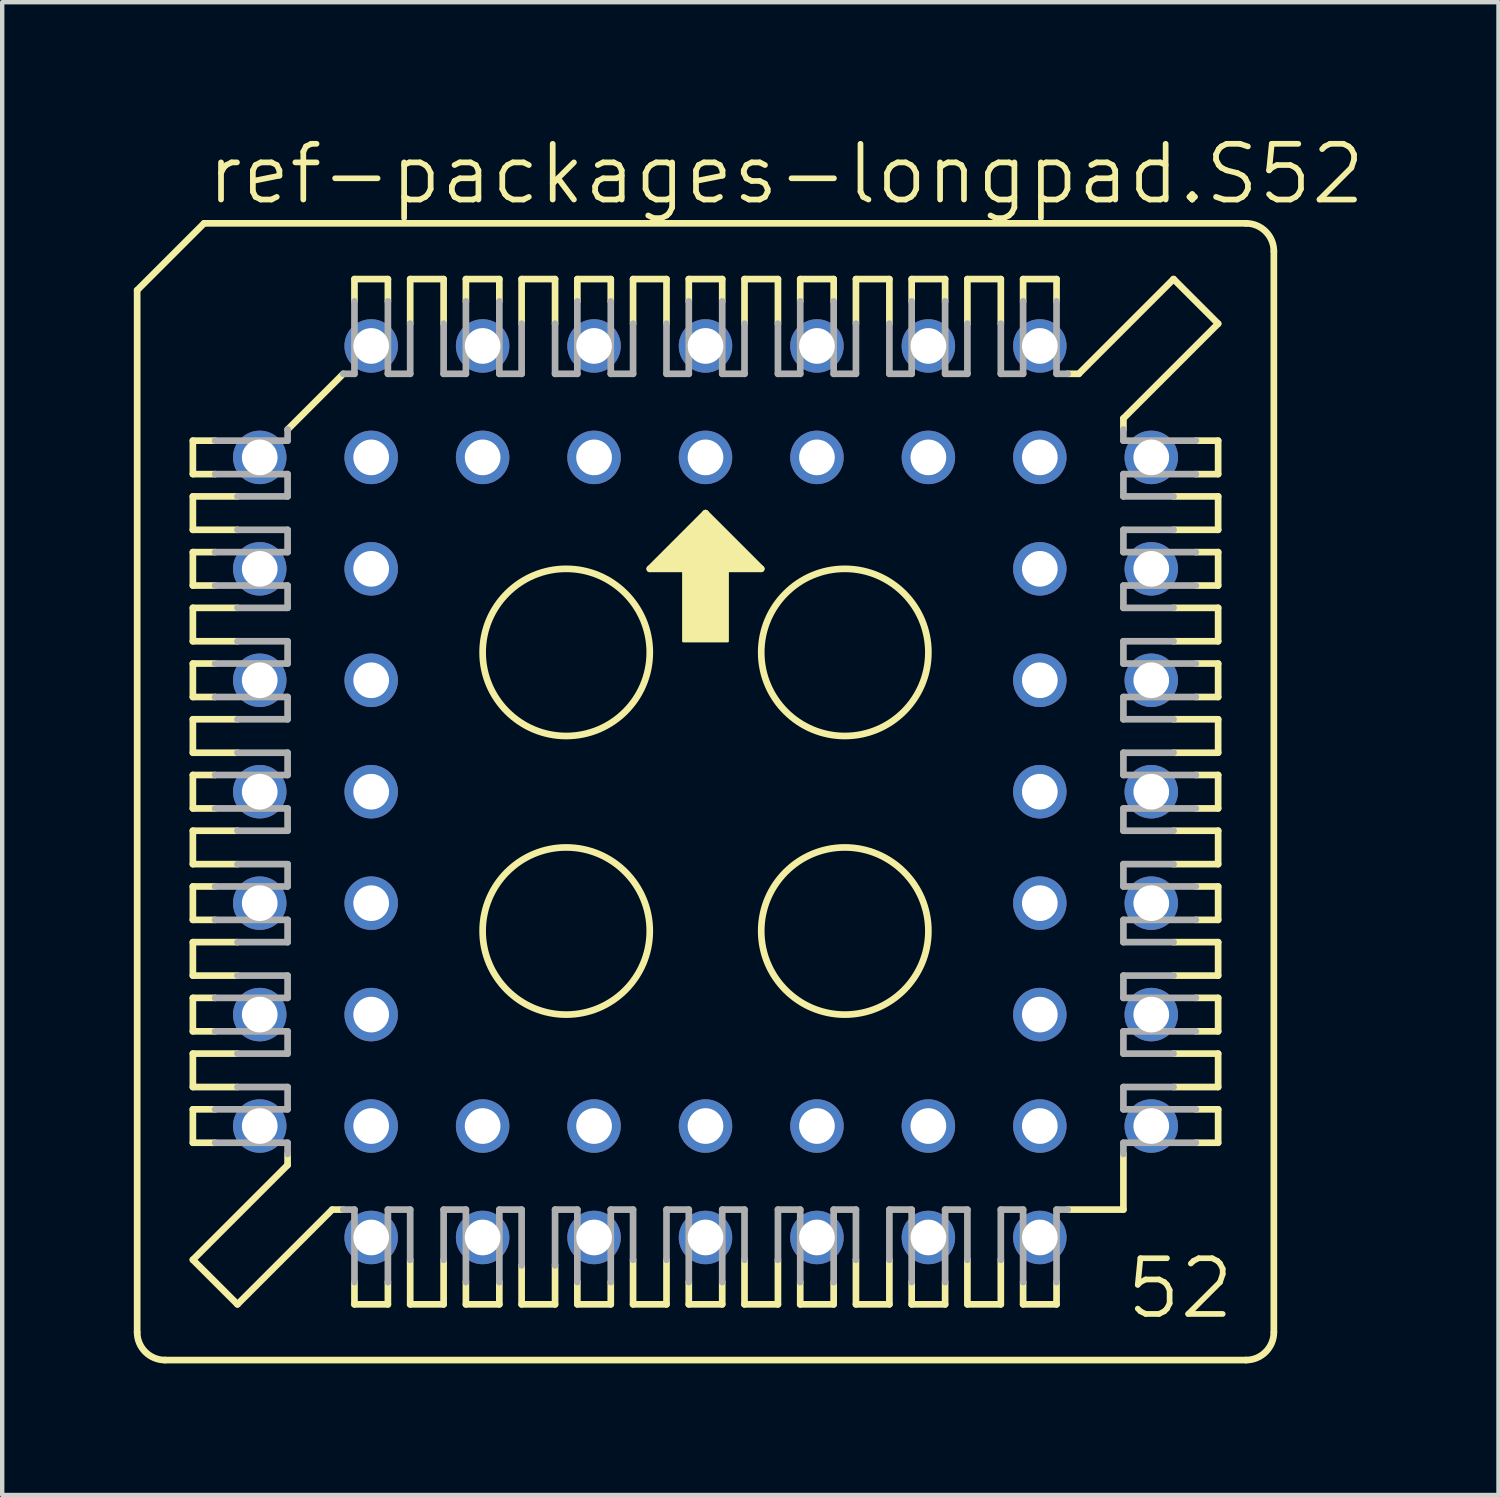
<source format=kicad_pcb>
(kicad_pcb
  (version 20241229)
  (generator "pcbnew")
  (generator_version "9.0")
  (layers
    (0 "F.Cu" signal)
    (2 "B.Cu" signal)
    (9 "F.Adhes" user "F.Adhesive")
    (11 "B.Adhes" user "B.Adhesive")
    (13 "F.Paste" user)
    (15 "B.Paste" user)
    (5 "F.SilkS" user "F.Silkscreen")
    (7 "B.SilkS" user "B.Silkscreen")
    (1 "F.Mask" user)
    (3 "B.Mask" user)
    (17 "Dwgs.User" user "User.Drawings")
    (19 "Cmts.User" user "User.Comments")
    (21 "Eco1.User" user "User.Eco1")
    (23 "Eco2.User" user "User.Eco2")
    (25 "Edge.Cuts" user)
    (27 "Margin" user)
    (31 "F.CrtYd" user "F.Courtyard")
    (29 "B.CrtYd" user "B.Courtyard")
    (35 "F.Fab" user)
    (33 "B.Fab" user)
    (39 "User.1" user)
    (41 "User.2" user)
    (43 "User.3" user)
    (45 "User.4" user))
  (footprint "ref-packages-longpad.S52"
    (layer "F.Cu")
    (at 13.03 14.995)
    (property "Reference" "ref-packages-longpad.S52" (at -11.43 -13.335 0) (layer "F.SilkS") (effects (font (size 1.27 1.27) (thickness 0.13)) (justify left bottom)))
    (attr through_hole)
    (fp_line (start -12.954 -11.43) (end -12.954 12.319) (stroke (width 0.152) (type default)) (layer "F.SilkS"))
    (fp_line (start -11.684 -8.001) (end -11.684 -7.239) (stroke (width 0.152) (type default)) (layer "F.SilkS"))
    (fp_line (start -11.684 -7.239) (end -11.176 -7.239) (stroke (width 0.152) (type default)) (layer "F.SilkS"))
    (fp_line (start -11.684 -6.731) (end -11.684 -5.969) (stroke (width 0.152) (type default)) (layer "F.SilkS"))
    (fp_line (start -11.684 -5.969) (end -10.668 -5.969) (stroke (width 0.152) (type default)) (layer "F.SilkS"))
    (fp_line (start -11.684 -5.461) (end -11.684 -4.699) (stroke (width 0.152) (type default)) (layer "F.SilkS"))
    (fp_line (start -11.684 -4.699) (end -11.176 -4.699) (stroke (width 0.152) (type default)) (layer "F.SilkS"))
    (fp_line (start -11.684 -4.191) (end -11.684 -3.429) (stroke (width 0.152) (type default)) (layer "F.SilkS"))
    (fp_line (start -11.684 -3.429) (end -10.668 -3.429) (stroke (width 0.152) (type default)) (layer "F.SilkS"))
    (fp_line (start -11.684 -2.921) (end -11.684 -2.159) (stroke (width 0.152) (type default)) (layer "F.SilkS"))
    (fp_line (start -11.684 -2.159) (end -11.176 -2.159) (stroke (width 0.152) (type default)) (layer "F.SilkS"))
    (fp_line (start -11.684 -1.651) (end -10.668 -1.651) (stroke (width 0.152) (type default)) (layer "F.SilkS"))
    (fp_line (start -11.684 -0.889) (end -11.684 -1.651) (stroke (width 0.152) (type default)) (layer "F.SilkS"))
    (fp_line (start -11.684 -0.381) (end -11.176 -0.381) (stroke (width 0.152) (type default)) (layer "F.SilkS"))
    (fp_line (start -11.684 0.381) (end -11.684 -0.381) (stroke (width 0.152) (type default)) (layer "F.SilkS"))
    (fp_line (start -11.684 0.889) (end -10.668 0.889) (stroke (width 0.152) (type default)) (layer "F.SilkS"))
    (fp_line (start -11.684 1.651) (end -11.684 0.889) (stroke (width 0.152) (type default)) (layer "F.SilkS"))
    (fp_line (start -11.684 2.159) (end -11.176 2.159) (stroke (width 0.152) (type default)) (layer "F.SilkS"))
    (fp_line (start -11.684 2.921) (end -11.684 2.159) (stroke (width 0.152) (type default)) (layer "F.SilkS"))
    (fp_line (start -11.684 3.429) (end -10.668 3.429) (stroke (width 0.152) (type default)) (layer "F.SilkS"))
    (fp_line (start -11.684 4.191) (end -11.684 3.429) (stroke (width 0.152) (type default)) (layer "F.SilkS"))
    (fp_line (start -11.684 4.699) (end -11.176 4.699) (stroke (width 0.152) (type default)) (layer "F.SilkS"))
    (fp_line (start -11.684 5.461) (end -11.684 4.699) (stroke (width 0.152) (type default)) (layer "F.SilkS"))
    (fp_line (start -11.684 5.969) (end -11.684 6.731) (stroke (width 0.152) (type default)) (layer "F.SilkS"))
    (fp_line (start -11.684 6.731) (end -10.668 6.731) (stroke (width 0.152) (type default)) (layer "F.SilkS"))
    (fp_line (start -11.684 7.239) (end -11.176 7.239) (stroke (width 0.152) (type default)) (layer "F.SilkS"))
    (fp_line (start -11.684 8.001) (end -11.684 7.239) (stroke (width 0.152) (type default)) (layer "F.SilkS"))
    (fp_line (start -11.684 10.668) (end -9.525 8.509) (stroke (width 0.152) (type default)) (layer "F.SilkS"))
    (fp_line (start -11.43 -12.954) (end -12.954 -11.43) (stroke (width 0.152) (type default)) (layer "F.SilkS"))
    (fp_line (start -11.176 -8.001) (end -11.684 -8.001) (stroke (width 0.152) (type default)) (layer "F.SilkS"))
    (fp_line (start -11.176 -5.461) (end -11.684 -5.461) (stroke (width 0.152) (type default)) (layer "F.SilkS"))
    (fp_line (start -11.176 -2.921) (end -11.684 -2.921) (stroke (width 0.152) (type default)) (layer "F.SilkS"))
    (fp_line (start -11.176 0.381) (end -11.684 0.381) (stroke (width 0.152) (type default)) (layer "F.SilkS"))
    (fp_line (start -11.176 2.921) (end -11.684 2.921) (stroke (width 0.152) (type default)) (layer "F.SilkS"))
    (fp_line (start -11.176 5.461) (end -11.684 5.461) (stroke (width 0.152) (type default)) (layer "F.SilkS"))
    (fp_line (start -11.176 8.001) (end -11.684 8.001) (stroke (width 0.152) (type default)) (layer "F.SilkS"))
    (fp_line (start -10.668 -6.731) (end -11.684 -6.731) (stroke (width 0.152) (type default)) (layer "F.SilkS"))
    (fp_line (start -10.668 -4.191) (end -11.684 -4.191) (stroke (width 0.152) (type default)) (layer "F.SilkS"))
    (fp_line (start -10.668 -0.889) (end -11.684 -0.889) (stroke (width 0.152) (type default)) (layer "F.SilkS"))
    (fp_line (start -10.668 1.651) (end -11.684 1.651) (stroke (width 0.152) (type default)) (layer "F.SilkS"))
    (fp_line (start -10.668 4.191) (end -11.684 4.191) (stroke (width 0.152) (type default)) (layer "F.SilkS"))
    (fp_line (start -10.668 5.969) (end -11.684 5.969) (stroke (width 0.152) (type default)) (layer "F.SilkS"))
    (fp_line (start -10.668 11.684) (end -11.684 10.668) (stroke (width 0.152) (type default)) (layer "F.SilkS"))
    (fp_line (start -10.668 11.684) (end -8.509 9.525) (stroke (width 0.152) (type default)) (layer "F.SilkS"))
    (fp_line (start -9.525 -8.255) (end -8.255 -9.525) (stroke (width 0.152) (type default)) (layer "F.SilkS"))
    (fp_line (start -9.525 8.509) (end -9.525 8.255) (stroke (width 0.152) (type default)) (layer "F.SilkS"))
    (fp_line (start -8.509 9.525) (end -8.255 9.525) (stroke (width 0.152) (type default)) (layer "F.SilkS"))
    (fp_line (start -8.001 -11.684) (end -8.001 -11.176) (stroke (width 0.152) (type default)) (layer "F.SilkS"))
    (fp_line (start -8.001 11.176) (end -8.001 11.684) (stroke (width 0.152) (type default)) (layer "F.SilkS"))
    (fp_line (start -8.001 11.684) (end -7.239 11.684) (stroke (width 0.152) (type default)) (layer "F.SilkS"))
    (fp_line (start -7.239 -11.684) (end -8.001 -11.684) (stroke (width 0.152) (type default)) (layer "F.SilkS"))
    (fp_line (start -7.239 -11.176) (end -7.239 -11.684) (stroke (width 0.152) (type default)) (layer "F.SilkS"))
    (fp_line (start -7.239 11.684) (end -7.239 11.176) (stroke (width 0.152) (type default)) (layer "F.SilkS"))
    (fp_line (start -6.731 -11.684) (end -6.731 -10.668) (stroke (width 0.152) (type default)) (layer "F.SilkS"))
    (fp_line (start -6.731 10.668) (end -6.731 11.684) (stroke (width 0.152) (type default)) (layer "F.SilkS"))
    (fp_line (start -6.731 11.684) (end -5.969 11.684) (stroke (width 0.152) (type default)) (layer "F.SilkS"))
    (fp_line (start -5.969 -11.684) (end -6.731 -11.684) (stroke (width 0.152) (type default)) (layer "F.SilkS"))
    (fp_line (start -5.969 -10.668) (end -5.969 -11.684) (stroke (width 0.152) (type default)) (layer "F.SilkS"))
    (fp_line (start -5.969 11.684) (end -5.969 10.668) (stroke (width 0.152) (type default)) (layer "F.SilkS"))
    (fp_line (start -5.461 -11.684) (end -5.461 -11.176) (stroke (width 0.152) (type default)) (layer "F.SilkS"))
    (fp_line (start -5.461 11.176) (end -5.461 11.684) (stroke (width 0.152) (type default)) (layer "F.SilkS"))
    (fp_line (start -5.461 11.684) (end -4.699 11.684) (stroke (width 0.152) (type default)) (layer "F.SilkS"))
    (fp_line (start -4.699 -11.684) (end -5.461 -11.684) (stroke (width 0.152) (type default)) (layer "F.SilkS"))
    (fp_line (start -4.699 -11.176) (end -4.699 -11.684) (stroke (width 0.152) (type default)) (layer "F.SilkS"))
    (fp_line (start -4.699 11.684) (end -4.699 11.176) (stroke (width 0.152) (type default)) (layer "F.SilkS"))
    (fp_line (start -4.191 -11.684) (end -4.191 -10.668) (stroke (width 0.152) (type default)) (layer "F.SilkS"))
    (fp_line (start -4.191 10.795) (end -4.191 11.684) (stroke (width 0.152) (type default)) (layer "F.SilkS"))
    (fp_line (start -4.191 11.684) (end -3.429 11.684) (stroke (width 0.152) (type default)) (layer "F.SilkS"))
    (fp_line (start -3.429 -11.684) (end -4.191 -11.684) (stroke (width 0.152) (type default)) (layer "F.SilkS"))
    (fp_line (start -3.429 -10.668) (end -3.429 -11.684) (stroke (width 0.152) (type default)) (layer "F.SilkS"))
    (fp_line (start -3.429 11.684) (end -3.429 10.795) (stroke (width 0.152) (type default)) (layer "F.SilkS"))
    (fp_line (start -2.921 -11.684) (end -2.921 -11.176) (stroke (width 0.152) (type default)) (layer "F.SilkS"))
    (fp_line (start -2.921 11.176) (end -2.921 11.684) (stroke (width 0.152) (type default)) (layer "F.SilkS"))
    (fp_line (start -2.921 11.684) (end -2.159 11.684) (stroke (width 0.152) (type default)) (layer "F.SilkS"))
    (fp_line (start -2.159 -11.684) (end -2.921 -11.684) (stroke (width 0.152) (type default)) (layer "F.SilkS"))
    (fp_line (start -2.159 -11.176) (end -2.159 -11.684) (stroke (width 0.152) (type default)) (layer "F.SilkS"))
    (fp_line (start -2.159 11.684) (end -2.159 11.176) (stroke (width 0.152) (type default)) (layer "F.SilkS"))
    (fp_line (start -1.651 -11.684) (end -1.651 -10.668) (stroke (width 0.152) (type default)) (layer "F.SilkS"))
    (fp_line (start -1.651 10.668) (end -1.651 11.684) (stroke (width 0.152) (type default)) (layer "F.SilkS"))
    (fp_line (start -1.651 11.684) (end -0.889 11.684) (stroke (width 0.152) (type default)) (layer "F.SilkS"))
    (fp_line (start -1.27 -5.08) (end 1.27 -5.08) (stroke (width 0.152) (type default)) (layer "F.SilkS"))
    (fp_line (start -0.889 -11.684) (end -1.651 -11.684) (stroke (width 0.152) (type default)) (layer "F.SilkS"))
    (fp_line (start -0.889 -10.668) (end -0.889 -11.684) (stroke (width 0.152) (type default)) (layer "F.SilkS"))
    (fp_line (start -0.889 11.684) (end -0.889 10.668) (stroke (width 0.152) (type default)) (layer "F.SilkS"))
    (fp_line (start -0.381 -11.684) (end -0.381 -11.176) (stroke (width 0.152) (type default)) (layer "F.SilkS"))
    (fp_line (start -0.381 11.176) (end -0.381 11.684) (stroke (width 0.152) (type default)) (layer "F.SilkS"))
    (fp_line (start -0.381 11.684) (end 0.381 11.684) (stroke (width 0.152) (type default)) (layer "F.SilkS"))
    (fp_line (start 0 -6.35) (end -1.27 -5.08) (stroke (width 0.152) (type default)) (layer "F.SilkS"))
    (fp_line (start 0.381 -11.684) (end -0.381 -11.684) (stroke (width 0.152) (type default)) (layer "F.SilkS"))
    (fp_line (start 0.381 -11.176) (end 0.381 -11.684) (stroke (width 0.152) (type default)) (layer "F.SilkS"))
    (fp_line (start 0.381 11.684) (end 0.381 11.176) (stroke (width 0.152) (type default)) (layer "F.SilkS"))
    (fp_line (start 0.889 -11.684) (end 0.889 -10.668) (stroke (width 0.152) (type default)) (layer "F.SilkS"))
    (fp_line (start 0.889 10.668) (end 0.889 11.684) (stroke (width 0.152) (type default)) (layer "F.SilkS"))
    (fp_line (start 0.889 11.684) (end 1.651 11.684) (stroke (width 0.152) (type default)) (layer "F.SilkS"))
    (fp_line (start 1.27 -5.08) (end 0 -6.35) (stroke (width 0.152) (type default)) (layer "F.SilkS"))
    (fp_line (start 1.651 -11.684) (end 0.889 -11.684) (stroke (width 0.152) (type default)) (layer "F.SilkS"))
    (fp_line (start 1.651 -10.668) (end 1.651 -11.684) (stroke (width 0.152) (type default)) (layer "F.SilkS"))
    (fp_line (start 1.651 11.684) (end 1.651 10.668) (stroke (width 0.152) (type default)) (layer "F.SilkS"))
    (fp_line (start 2.159 -11.684) (end 2.159 -11.176) (stroke (width 0.152) (type default)) (layer "F.SilkS"))
    (fp_line (start 2.159 11.176) (end 2.159 11.684) (stroke (width 0.152) (type default)) (layer "F.SilkS"))
    (fp_line (start 2.159 11.684) (end 2.921 11.684) (stroke (width 0.152) (type default)) (layer "F.SilkS"))
    (fp_line (start 2.921 -11.684) (end 2.159 -11.684) (stroke (width 0.152) (type default)) (layer "F.SilkS"))
    (fp_line (start 2.921 -11.176) (end 2.921 -11.684) (stroke (width 0.152) (type default)) (layer "F.SilkS"))
    (fp_line (start 2.921 11.684) (end 2.921 11.176) (stroke (width 0.152) (type default)) (layer "F.SilkS"))
    (fp_line (start 3.429 -11.684) (end 3.429 -10.668) (stroke (width 0.152) (type default)) (layer "F.SilkS"))
    (fp_line (start 3.429 10.668) (end 3.429 11.684) (stroke (width 0.152) (type default)) (layer "F.SilkS"))
    (fp_line (start 3.429 11.684) (end 4.191 11.684) (stroke (width 0.152) (type default)) (layer "F.SilkS"))
    (fp_line (start 4.191 -11.684) (end 3.429 -11.684) (stroke (width 0.152) (type default)) (layer "F.SilkS"))
    (fp_line (start 4.191 -10.668) (end 4.191 -11.684) (stroke (width 0.152) (type default)) (layer "F.SilkS"))
    (fp_line (start 4.191 11.684) (end 4.191 10.668) (stroke (width 0.152) (type default)) (layer "F.SilkS"))
    (fp_line (start 4.699 -11.684) (end 4.699 -11.176) (stroke (width 0.152) (type default)) (layer "F.SilkS"))
    (fp_line (start 4.699 11.176) (end 4.699 11.684) (stroke (width 0.152) (type default)) (layer "F.SilkS"))
    (fp_line (start 4.699 11.684) (end 5.461 11.684) (stroke (width 0.152) (type default)) (layer "F.SilkS"))
    (fp_line (start 5.461 -11.684) (end 4.699 -11.684) (stroke (width 0.152) (type default)) (layer "F.SilkS"))
    (fp_line (start 5.461 -11.176) (end 5.461 -11.684) (stroke (width 0.152) (type default)) (layer "F.SilkS"))
    (fp_line (start 5.461 11.684) (end 5.461 11.176) (stroke (width 0.152) (type default)) (layer "F.SilkS"))
    (fp_line (start 5.969 -11.684) (end 5.969 -10.668) (stroke (width 0.152) (type default)) (layer "F.SilkS"))
    (fp_line (start 5.969 10.668) (end 5.969 11.684) (stroke (width 0.152) (type default)) (layer "F.SilkS"))
    (fp_line (start 5.969 11.684) (end 6.731 11.684) (stroke (width 0.152) (type default)) (layer "F.SilkS"))
    (fp_line (start 6.731 -11.684) (end 5.969 -11.684) (stroke (width 0.152) (type default)) (layer "F.SilkS"))
    (fp_line (start 6.731 -10.668) (end 6.731 -11.684) (stroke (width 0.152) (type default)) (layer "F.SilkS"))
    (fp_line (start 6.731 11.684) (end 6.731 10.668) (stroke (width 0.152) (type default)) (layer "F.SilkS"))
    (fp_line (start 7.239 -11.684) (end 7.239 -11.176) (stroke (width 0.152) (type default)) (layer "F.SilkS"))
    (fp_line (start 7.239 11.176) (end 7.239 11.684) (stroke (width 0.152) (type default)) (layer "F.SilkS"))
    (fp_line (start 7.239 11.684) (end 8.001 11.684) (stroke (width 0.152) (type default)) (layer "F.SilkS"))
    (fp_line (start 8.001 -11.684) (end 7.239 -11.684) (stroke (width 0.152) (type default)) (layer "F.SilkS"))
    (fp_line (start 8.001 -11.176) (end 8.001 -11.684) (stroke (width 0.152) (type default)) (layer "F.SilkS"))
    (fp_line (start 8.001 11.684) (end 8.001 11.176) (stroke (width 0.152) (type default)) (layer "F.SilkS"))
    (fp_line (start 8.255 9.525) (end 9.525 9.525) (stroke (width 0.152) (type default)) (layer "F.SilkS"))
    (fp_line (start 8.509 -9.525) (end 8.255 -9.525) (stroke (width 0.152) (type default)) (layer "F.SilkS"))
    (fp_line (start 9.525 -8.509) (end 9.525 -8.255) (stroke (width 0.152) (type default)) (layer "F.SilkS"))
    (fp_line (start 9.525 9.525) (end 9.525 8.255) (stroke (width 0.152) (type default)) (layer "F.SilkS"))
    (fp_line (start 10.668 -11.684) (end 8.509 -9.525) (stroke (width 0.152) (type default)) (layer "F.SilkS"))
    (fp_line (start 10.668 -5.969) (end 11.684 -5.969) (stroke (width 0.152) (type default)) (layer "F.SilkS"))
    (fp_line (start 10.668 -4.191) (end 11.684 -4.191) (stroke (width 0.152) (type default)) (layer "F.SilkS"))
    (fp_line (start 10.668 -1.651) (end 11.684 -1.651) (stroke (width 0.152) (type default)) (layer "F.SilkS"))
    (fp_line (start 10.668 0.889) (end 11.684 0.889) (stroke (width 0.152) (type default)) (layer "F.SilkS"))
    (fp_line (start 10.668 4.191) (end 11.684 4.191) (stroke (width 0.152) (type default)) (layer "F.SilkS"))
    (fp_line (start 10.668 6.731) (end 11.684 6.731) (stroke (width 0.152) (type default)) (layer "F.SilkS"))
    (fp_line (start 11.176 -8.001) (end 11.684 -8.001) (stroke (width 0.152) (type default)) (layer "F.SilkS"))
    (fp_line (start 11.176 -5.461) (end 11.684 -5.461) (stroke (width 0.152) (type default)) (layer "F.SilkS"))
    (fp_line (start 11.176 -2.921) (end 11.684 -2.921) (stroke (width 0.152) (type default)) (layer "F.SilkS"))
    (fp_line (start 11.176 -0.381) (end 11.684 -0.381) (stroke (width 0.152) (type default)) (layer "F.SilkS"))
    (fp_line (start 11.176 2.921) (end 11.684 2.921) (stroke (width 0.152) (type default)) (layer "F.SilkS"))
    (fp_line (start 11.176 5.461) (end 11.684 5.461) (stroke (width 0.152) (type default)) (layer "F.SilkS"))
    (fp_line (start 11.176 8.001) (end 11.684 8.001) (stroke (width 0.152) (type default)) (layer "F.SilkS"))
    (fp_line (start 11.684 -10.668) (end 9.525 -8.509) (stroke (width 0.152) (type default)) (layer "F.SilkS"))
    (fp_line (start 11.684 -10.668) (end 10.668 -11.684) (stroke (width 0.152) (type default)) (layer "F.SilkS"))
    (fp_line (start 11.684 -8.001) (end 11.684 -7.239) (stroke (width 0.152) (type default)) (layer "F.SilkS"))
    (fp_line (start 11.684 -7.239) (end 11.176 -7.239) (stroke (width 0.152) (type default)) (layer "F.SilkS"))
    (fp_line (start 11.684 -6.731) (end 10.668 -6.731) (stroke (width 0.152) (type default)) (layer "F.SilkS"))
    (fp_line (start 11.684 -5.969) (end 11.684 -6.731) (stroke (width 0.152) (type default)) (layer "F.SilkS"))
    (fp_line (start 11.684 -5.461) (end 11.684 -4.699) (stroke (width 0.152) (type default)) (layer "F.SilkS"))
    (fp_line (start 11.684 -4.699) (end 11.176 -4.699) (stroke (width 0.152) (type default)) (layer "F.SilkS"))
    (fp_line (start 11.684 -4.191) (end 11.684 -3.429) (stroke (width 0.152) (type default)) (layer "F.SilkS"))
    (fp_line (start 11.684 -3.429) (end 10.668 -3.429) (stroke (width 0.152) (type default)) (layer "F.SilkS"))
    (fp_line (start 11.684 -2.921) (end 11.684 -2.159) (stroke (width 0.152) (type default)) (layer "F.SilkS"))
    (fp_line (start 11.684 -2.159) (end 11.176 -2.159) (stroke (width 0.152) (type default)) (layer "F.SilkS"))
    (fp_line (start 11.684 -1.651) (end 11.684 -0.889) (stroke (width 0.152) (type default)) (layer "F.SilkS"))
    (fp_line (start 11.684 -0.889) (end 10.668 -0.889) (stroke (width 0.152) (type default)) (layer "F.SilkS"))
    (fp_line (start 11.684 -0.381) (end 11.684 0.381) (stroke (width 0.152) (type default)) (layer "F.SilkS"))
    (fp_line (start 11.684 0.381) (end 11.176 0.381) (stroke (width 0.152) (type default)) (layer "F.SilkS"))
    (fp_line (start 11.684 0.889) (end 11.684 1.651) (stroke (width 0.152) (type default)) (layer "F.SilkS"))
    (fp_line (start 11.684 1.651) (end 10.668 1.651) (stroke (width 0.152) (type default)) (layer "F.SilkS"))
    (fp_line (start 11.684 2.159) (end 11.176 2.159) (stroke (width 0.152) (type default)) (layer "F.SilkS"))
    (fp_line (start 11.684 2.921) (end 11.684 2.159) (stroke (width 0.152) (type default)) (layer "F.SilkS"))
    (fp_line (start 11.684 3.429) (end 10.668 3.429) (stroke (width 0.152) (type default)) (layer "F.SilkS"))
    (fp_line (start 11.684 4.191) (end 11.684 3.429) (stroke (width 0.152) (type default)) (layer "F.SilkS"))
    (fp_line (start 11.684 4.699) (end 11.176 4.699) (stroke (width 0.152) (type default)) (layer "F.SilkS"))
    (fp_line (start 11.684 5.461) (end 11.684 4.699) (stroke (width 0.152) (type default)) (layer "F.SilkS"))
    (fp_line (start 11.684 5.969) (end 10.668 5.969) (stroke (width 0.152) (type default)) (layer "F.SilkS"))
    (fp_line (start 11.684 6.731) (end 11.684 5.969) (stroke (width 0.152) (type default)) (layer "F.SilkS"))
    (fp_line (start 11.684 7.239) (end 11.176 7.239) (stroke (width 0.152) (type default)) (layer "F.SilkS"))
    (fp_line (start 11.684 8.001) (end 11.684 7.239) (stroke (width 0.152) (type default)) (layer "F.SilkS"))
    (fp_line (start 12.319 -12.954) (end -11.43 -12.954) (stroke (width 0.152) (type default)) (layer "F.SilkS"))
    (fp_line (start 12.319 12.954) (end -12.319 12.954) (stroke (width 0.152) (type default)) (layer "F.SilkS"))
    (fp_line (start 12.954 -12.319) (end 12.954 12.319) (stroke (width 0.152) (type default)) (layer "F.SilkS"))
    (fp_rect (start -1.143 -5.08) (end -0.889 -5.207) (stroke (width 0.05) (type default)) (fill yes) (layer "F.SilkS"))
    (fp_rect (start -1.016 -5.207) (end -0.889 -5.334) (stroke (width 0.05) (type default)) (fill yes) (layer "F.SilkS"))
    (fp_rect (start -0.889 -5.08) (end 0.889 -5.461) (stroke (width 0.05) (type default)) (fill yes) (layer "F.SilkS"))
    (fp_rect (start -0.762 -5.461) (end -0.635 -5.588) (stroke (width 0.05) (type default)) (fill yes) (layer "F.SilkS"))
    (fp_rect (start -0.635 -5.461) (end 0.635 -5.715) (stroke (width 0.05) (type default)) (fill yes) (layer "F.SilkS"))
    (fp_rect (start -0.508 -5.715) (end -0.381 -5.842) (stroke (width 0.05) (type default)) (fill yes) (layer "F.SilkS"))
    (fp_rect (start -0.508 -3.429) (end 0.508 -5.334) (stroke (width 0.05) (type default)) (fill yes) (layer "F.SilkS"))
    (fp_rect (start -0.381 -5.715) (end 0.381 -5.969) (stroke (width 0.05) (type default)) (fill yes) (layer "F.SilkS"))
    (fp_rect (start -0.254 -5.969) (end -0.127 -6.096) (stroke (width 0.05) (type default)) (fill yes) (layer "F.SilkS"))
    (fp_rect (start -0.127 -5.969) (end 0.127 -6.223) (stroke (width 0.05) (type default)) (fill yes) (layer "F.SilkS"))
    (fp_rect (start 0.127 -5.969) (end 0.254 -6.096) (stroke (width 0.05) (type default)) (fill yes) (layer "F.SilkS"))
    (fp_rect (start 0.381 -5.715) (end 0.508 -5.842) (stroke (width 0.05) (type default)) (fill yes) (layer "F.SilkS"))
    (fp_rect (start 0.635 -5.461) (end 0.762 -5.588) (stroke (width 0.05) (type default)) (fill yes) (layer "F.SilkS"))
    (fp_rect (start 0.889 -5.207) (end 1.016 -5.334) (stroke (width 0.05) (type default)) (fill yes) (layer "F.SilkS"))
    (fp_rect (start 0.889 -5.08) (end 1.143 -5.207) (stroke (width 0.05) (type default)) (fill yes) (layer "F.SilkS"))
    (fp_arc (start -12.319 12.954) (mid -12.768013 12.768013) (end -12.954 12.319) (stroke (width 0.1524) (type default)) (layer "F.SilkS"))
    (fp_arc (start 12.319 -12.954) (mid 12.768013 -12.768013) (end 12.954 -12.319) (stroke (width 0.1524) (type default)) (layer "F.SilkS"))
    (fp_arc (start 12.954 12.319) (mid 12.768013 12.768013) (end 12.319 12.954) (stroke (width 0.1524) (type default)) (layer "F.SilkS"))
    (fp_circle (center -3.175 -3.175) (end -1.27 -3.175) (stroke (width 0.152) (type default)) (fill no) (layer "F.SilkS"))
    (fp_circle (center -3.175 3.175) (end -1.27 3.175) (stroke (width 0.152) (type default)) (fill no) (layer "F.SilkS"))
    (fp_circle (center 3.175 -3.175) (end 5.08 -3.175) (stroke (width 0.152) (type default)) (fill no) (layer "F.SilkS"))
    (fp_circle (center 3.175 3.175) (end 5.08 3.175) (stroke (width 0.152) (type default)) (fill no) (layer "F.SilkS"))
    (fp_line (start -11.176 -8.001) (end -9.525 -8.001) (stroke (width 0.152) (type default)) (layer "F.Fab"))
    (fp_line (start -11.176 -5.461) (end -9.525 -5.461) (stroke (width 0.152) (type default)) (layer "F.Fab"))
    (fp_line (start -11.176 -2.921) (end -9.525 -2.921) (stroke (width 0.152) (type default)) (layer "F.Fab"))
    (fp_line (start -11.176 0.381) (end -9.525 0.381) (stroke (width 0.152) (type default)) (layer "F.Fab"))
    (fp_line (start -11.176 2.921) (end -9.525 2.921) (stroke (width 0.152) (type default)) (layer "F.Fab"))
    (fp_line (start -11.176 5.461) (end -9.525 5.461) (stroke (width 0.152) (type default)) (layer "F.Fab"))
    (fp_line (start -11.176 8.001) (end -9.525 8.001) (stroke (width 0.152) (type default)) (layer "F.Fab"))
    (fp_line (start -10.668 -6.731) (end -9.525 -6.731) (stroke (width 0.152) (type default)) (layer "F.Fab"))
    (fp_line (start -10.668 -4.191) (end -9.525 -4.191) (stroke (width 0.152) (type default)) (layer "F.Fab"))
    (fp_line (start -10.668 -0.889) (end -9.525 -0.889) (stroke (width 0.152) (type default)) (layer "F.Fab"))
    (fp_line (start -10.668 1.651) (end -9.525 1.651) (stroke (width 0.152) (type default)) (layer "F.Fab"))
    (fp_line (start -10.668 4.191) (end -9.525 4.191) (stroke (width 0.152) (type default)) (layer "F.Fab"))
    (fp_line (start -10.668 5.969) (end -9.525 5.969) (stroke (width 0.152) (type default)) (layer "F.Fab"))
    (fp_line (start -9.525 -8.001) (end -9.525 -8.255) (stroke (width 0.152) (type default)) (layer "F.Fab"))
    (fp_line (start -9.525 -7.239) (end -11.176 -7.239) (stroke (width 0.152) (type default)) (layer "F.Fab"))
    (fp_line (start -9.525 -7.239) (end -9.525 -6.731) (stroke (width 0.152) (type default)) (layer "F.Fab"))
    (fp_line (start -9.525 -5.969) (end -10.668 -5.969) (stroke (width 0.152) (type default)) (layer "F.Fab"))
    (fp_line (start -9.525 -5.969) (end -9.525 -5.461) (stroke (width 0.152) (type default)) (layer "F.Fab"))
    (fp_line (start -9.525 -4.699) (end -11.176 -4.699) (stroke (width 0.152) (type default)) (layer "F.Fab"))
    (fp_line (start -9.525 -4.699) (end -9.525 -4.191) (stroke (width 0.152) (type default)) (layer "F.Fab"))
    (fp_line (start -9.525 -3.429) (end -10.668 -3.429) (stroke (width 0.152) (type default)) (layer "F.Fab"))
    (fp_line (start -9.525 -3.429) (end -9.525 -2.921) (stroke (width 0.152) (type default)) (layer "F.Fab"))
    (fp_line (start -9.525 -2.159) (end -11.176 -2.159) (stroke (width 0.152) (type default)) (layer "F.Fab"))
    (fp_line (start -9.525 -2.159) (end -9.525 -1.651) (stroke (width 0.152) (type default)) (layer "F.Fab"))
    (fp_line (start -9.525 -1.651) (end -10.668 -1.651) (stroke (width 0.152) (type default)) (layer "F.Fab"))
    (fp_line (start -9.525 -0.381) (end -11.176 -0.381) (stroke (width 0.152) (type default)) (layer "F.Fab"))
    (fp_line (start -9.525 -0.381) (end -9.525 -0.889) (stroke (width 0.152) (type default)) (layer "F.Fab"))
    (fp_line (start -9.525 0.889) (end -10.668 0.889) (stroke (width 0.152) (type default)) (layer "F.Fab"))
    (fp_line (start -9.525 0.889) (end -9.525 0.381) (stroke (width 0.152) (type default)) (layer "F.Fab"))
    (fp_line (start -9.525 2.159) (end -11.176 2.159) (stroke (width 0.152) (type default)) (layer "F.Fab"))
    (fp_line (start -9.525 2.159) (end -9.525 1.651) (stroke (width 0.152) (type default)) (layer "F.Fab"))
    (fp_line (start -9.525 3.429) (end -10.668 3.429) (stroke (width 0.152) (type default)) (layer "F.Fab"))
    (fp_line (start -9.525 3.429) (end -9.525 2.921) (stroke (width 0.152) (type default)) (layer "F.Fab"))
    (fp_line (start -9.525 4.699) (end -11.176 4.699) (stroke (width 0.152) (type default)) (layer "F.Fab"))
    (fp_line (start -9.525 4.699) (end -9.525 4.191) (stroke (width 0.152) (type default)) (layer "F.Fab"))
    (fp_line (start -9.525 5.461) (end -9.525 5.969) (stroke (width 0.152) (type default)) (layer "F.Fab"))
    (fp_line (start -9.525 6.731) (end -10.668 6.731) (stroke (width 0.152) (type default)) (layer "F.Fab"))
    (fp_line (start -9.525 6.731) (end -9.525 7.239) (stroke (width 0.152) (type default)) (layer "F.Fab"))
    (fp_line (start -9.525 7.239) (end -11.176 7.239) (stroke (width 0.152) (type default)) (layer "F.Fab"))
    (fp_line (start -9.525 8.001) (end -9.525 8.255) (stroke (width 0.152) (type default)) (layer "F.Fab"))
    (fp_line (start -8.255 -9.525) (end -8.001 -9.525) (stroke (width 0.152) (type default)) (layer "F.Fab"))
    (fp_line (start -8.001 -9.525) (end -8.001 -11.176) (stroke (width 0.152) (type default)) (layer "F.Fab"))
    (fp_line (start -8.001 9.525) (end -8.255 9.525) (stroke (width 0.152) (type default)) (layer "F.Fab"))
    (fp_line (start -8.001 11.176) (end -8.001 9.525) (stroke (width 0.152) (type default)) (layer "F.Fab"))
    (fp_line (start -7.239 -11.176) (end -7.239 -9.525) (stroke (width 0.152) (type default)) (layer "F.Fab"))
    (fp_line (start -7.239 9.525) (end -7.239 11.176) (stroke (width 0.152) (type default)) (layer "F.Fab"))
    (fp_line (start -7.239 9.525) (end -6.731 9.525) (stroke (width 0.152) (type default)) (layer "F.Fab"))
    (fp_line (start -6.731 -9.525) (end -7.239 -9.525) (stroke (width 0.152) (type default)) (layer "F.Fab"))
    (fp_line (start -6.731 -9.525) (end -6.731 -10.668) (stroke (width 0.152) (type default)) (layer "F.Fab"))
    (fp_line (start -6.731 10.668) (end -6.731 9.525) (stroke (width 0.152) (type default)) (layer "F.Fab"))
    (fp_line (start -5.969 -10.668) (end -5.969 -9.525) (stroke (width 0.152) (type default)) (layer "F.Fab"))
    (fp_line (start -5.969 9.525) (end -5.969 10.668) (stroke (width 0.152) (type default)) (layer "F.Fab"))
    (fp_line (start -5.969 9.525) (end -5.461 9.525) (stroke (width 0.152) (type default)) (layer "F.Fab"))
    (fp_line (start -5.461 -9.525) (end -5.969 -9.525) (stroke (width 0.152) (type default)) (layer "F.Fab"))
    (fp_line (start -5.461 -9.525) (end -5.461 -11.176) (stroke (width 0.152) (type default)) (layer "F.Fab"))
    (fp_line (start -5.461 11.176) (end -5.461 9.525) (stroke (width 0.152) (type default)) (layer "F.Fab"))
    (fp_line (start -4.699 -11.176) (end -4.699 -9.525) (stroke (width 0.152) (type default)) (layer "F.Fab"))
    (fp_line (start -4.699 9.525) (end -4.699 11.176) (stroke (width 0.152) (type default)) (layer "F.Fab"))
    (fp_line (start -4.699 9.525) (end -4.191 9.525) (stroke (width 0.152) (type default)) (layer "F.Fab"))
    (fp_line (start -4.191 -9.525) (end -4.699 -9.525) (stroke (width 0.152) (type default)) (layer "F.Fab"))
    (fp_line (start -4.191 -9.525) (end -4.191 -10.668) (stroke (width 0.152) (type default)) (layer "F.Fab"))
    (fp_line (start -4.191 10.795) (end -4.191 9.525) (stroke (width 0.152) (type default)) (layer "F.Fab"))
    (fp_line (start -3.429 -10.668) (end -3.429 -9.525) (stroke (width 0.152) (type default)) (layer "F.Fab"))
    (fp_line (start -3.429 9.525) (end -3.429 10.795) (stroke (width 0.152) (type default)) (layer "F.Fab"))
    (fp_line (start -3.429 9.525) (end -2.921 9.525) (stroke (width 0.152) (type default)) (layer "F.Fab"))
    (fp_line (start -2.921 -9.525) (end -3.429 -9.525) (stroke (width 0.152) (type default)) (layer "F.Fab"))
    (fp_line (start -2.921 -9.525) (end -2.921 -11.176) (stroke (width 0.152) (type default)) (layer "F.Fab"))
    (fp_line (start -2.921 11.176) (end -2.921 9.525) (stroke (width 0.152) (type default)) (layer "F.Fab"))
    (fp_line (start -2.159 -11.176) (end -2.159 -9.525) (stroke (width 0.152) (type default)) (layer "F.Fab"))
    (fp_line (start -2.159 9.525) (end -2.159 11.176) (stroke (width 0.152) (type default)) (layer "F.Fab"))
    (fp_line (start -2.159 9.525) (end -1.651 9.525) (stroke (width 0.152) (type default)) (layer "F.Fab"))
    (fp_line (start -1.651 -9.525) (end -2.159 -9.525) (stroke (width 0.152) (type default)) (layer "F.Fab"))
    (fp_line (start -1.651 -9.525) (end -1.651 -10.668) (stroke (width 0.152) (type default)) (layer "F.Fab"))
    (fp_line (start -1.651 10.668) (end -1.651 9.525) (stroke (width 0.152) (type default)) (layer "F.Fab"))
    (fp_line (start -0.889 -10.668) (end -0.889 -9.525) (stroke (width 0.152) (type default)) (layer "F.Fab"))
    (fp_line (start -0.889 9.525) (end -0.889 10.668) (stroke (width 0.152) (type default)) (layer "F.Fab"))
    (fp_line (start -0.889 9.525) (end -0.381 9.525) (stroke (width 0.152) (type default)) (layer "F.Fab"))
    (fp_line (start -0.381 -9.525) (end -0.889 -9.525) (stroke (width 0.152) (type default)) (layer "F.Fab"))
    (fp_line (start -0.381 -9.525) (end -0.381 -11.176) (stroke (width 0.152) (type default)) (layer "F.Fab"))
    (fp_line (start -0.381 11.176) (end -0.381 9.525) (stroke (width 0.152) (type default)) (layer "F.Fab"))
    (fp_line (start 0.381 -11.176) (end 0.381 -9.525) (stroke (width 0.152) (type default)) (layer "F.Fab"))
    (fp_line (start 0.381 9.525) (end 0.381 11.176) (stroke (width 0.152) (type default)) (layer "F.Fab"))
    (fp_line (start 0.381 9.525) (end 0.889 9.525) (stroke (width 0.152) (type default)) (layer "F.Fab"))
    (fp_line (start 0.889 -9.525) (end 0.381 -9.525) (stroke (width 0.152) (type default)) (layer "F.Fab"))
    (fp_line (start 0.889 -9.525) (end 0.889 -10.668) (stroke (width 0.152) (type default)) (layer "F.Fab"))
    (fp_line (start 0.889 10.668) (end 0.889 9.525) (stroke (width 0.152) (type default)) (layer "F.Fab"))
    (fp_line (start 1.651 -10.668) (end 1.651 -9.525) (stroke (width 0.152) (type default)) (layer "F.Fab"))
    (fp_line (start 1.651 9.525) (end 1.651 10.668) (stroke (width 0.152) (type default)) (layer "F.Fab"))
    (fp_line (start 1.651 9.525) (end 2.159 9.525) (stroke (width 0.152) (type default)) (layer "F.Fab"))
    (fp_line (start 2.159 -9.525) (end 1.651 -9.525) (stroke (width 0.152) (type default)) (layer "F.Fab"))
    (fp_line (start 2.159 -9.525) (end 2.159 -11.176) (stroke (width 0.152) (type default)) (layer "F.Fab"))
    (fp_line (start 2.159 11.176) (end 2.159 9.525) (stroke (width 0.152) (type default)) (layer "F.Fab"))
    (fp_line (start 2.921 -11.176) (end 2.921 -9.525) (stroke (width 0.152) (type default)) (layer "F.Fab"))
    (fp_line (start 2.921 9.525) (end 2.921 11.176) (stroke (width 0.152) (type default)) (layer "F.Fab"))
    (fp_line (start 2.921 9.525) (end 3.429 9.525) (stroke (width 0.152) (type default)) (layer "F.Fab"))
    (fp_line (start 3.429 -9.525) (end 2.921 -9.525) (stroke (width 0.152) (type default)) (layer "F.Fab"))
    (fp_line (start 3.429 -9.525) (end 3.429 -10.668) (stroke (width 0.152) (type default)) (layer "F.Fab"))
    (fp_line (start 3.429 10.668) (end 3.429 9.525) (stroke (width 0.152) (type default)) (layer "F.Fab"))
    (fp_line (start 4.191 -10.668) (end 4.191 -9.525) (stroke (width 0.152) (type default)) (layer "F.Fab"))
    (fp_line (start 4.191 9.525) (end 4.191 10.668) (stroke (width 0.152) (type default)) (layer "F.Fab"))
    (fp_line (start 4.191 9.525) (end 4.699 9.525) (stroke (width 0.152) (type default)) (layer "F.Fab"))
    (fp_line (start 4.699 -9.525) (end 4.191 -9.525) (stroke (width 0.152) (type default)) (layer "F.Fab"))
    (fp_line (start 4.699 -9.525) (end 4.699 -11.176) (stroke (width 0.152) (type default)) (layer "F.Fab"))
    (fp_line (start 4.699 11.176) (end 4.699 9.525) (stroke (width 0.152) (type default)) (layer "F.Fab"))
    (fp_line (start 5.461 -11.176) (end 5.461 -9.525) (stroke (width 0.152) (type default)) (layer "F.Fab"))
    (fp_line (start 5.461 9.525) (end 5.461 11.176) (stroke (width 0.152) (type default)) (layer "F.Fab"))
    (fp_line (start 5.461 9.525) (end 5.969 9.525) (stroke (width 0.152) (type default)) (layer "F.Fab"))
    (fp_line (start 5.969 -9.525) (end 5.461 -9.525) (stroke (width 0.152) (type default)) (layer "F.Fab"))
    (fp_line (start 5.969 -9.525) (end 5.969 -10.668) (stroke (width 0.152) (type default)) (layer "F.Fab"))
    (fp_line (start 5.969 10.668) (end 5.969 9.525) (stroke (width 0.152) (type default)) (layer "F.Fab"))
    (fp_line (start 6.731 -10.668) (end 6.731 -9.525) (stroke (width 0.152) (type default)) (layer "F.Fab"))
    (fp_line (start 6.731 9.525) (end 6.731 10.668) (stroke (width 0.152) (type default)) (layer "F.Fab"))
    (fp_line (start 6.731 9.525) (end 7.239 9.525) (stroke (width 0.152) (type default)) (layer "F.Fab"))
    (fp_line (start 7.239 -9.525) (end 6.731 -9.525) (stroke (width 0.152) (type default)) (layer "F.Fab"))
    (fp_line (start 7.239 -9.525) (end 7.239 -11.176) (stroke (width 0.152) (type default)) (layer "F.Fab"))
    (fp_line (start 7.239 11.176) (end 7.239 9.525) (stroke (width 0.152) (type default)) (layer "F.Fab"))
    (fp_line (start 8.001 -11.176) (end 8.001 -9.525) (stroke (width 0.152) (type default)) (layer "F.Fab"))
    (fp_line (start 8.001 -9.525) (end 8.255 -9.525) (stroke (width 0.152) (type default)) (layer "F.Fab"))
    (fp_line (start 8.001 9.525) (end 8.001 11.176) (stroke (width 0.152) (type default)) (layer "F.Fab"))
    (fp_line (start 8.255 9.525) (end 8.001 9.525) (stroke (width 0.152) (type default)) (layer "F.Fab"))
    (fp_line (start 9.525 -8.001) (end 9.525 -8.255) (stroke (width 0.152) (type default)) (layer "F.Fab"))
    (fp_line (start 9.525 -7.239) (end 11.176 -7.239) (stroke (width 0.152) (type default)) (layer "F.Fab"))
    (fp_line (start 9.525 -6.731) (end 9.525 -7.239) (stroke (width 0.152) (type default)) (layer "F.Fab"))
    (fp_line (start 9.525 -6.731) (end 10.668 -6.731) (stroke (width 0.152) (type default)) (layer "F.Fab"))
    (fp_line (start 9.525 -5.461) (end 9.525 -5.969) (stroke (width 0.152) (type default)) (layer "F.Fab"))
    (fp_line (start 9.525 -4.699) (end 9.525 -4.191) (stroke (width 0.152) (type default)) (layer "F.Fab"))
    (fp_line (start 9.525 -4.699) (end 11.176 -4.699) (stroke (width 0.152) (type default)) (layer "F.Fab"))
    (fp_line (start 9.525 -3.429) (end 9.525 -2.921) (stroke (width 0.152) (type default)) (layer "F.Fab"))
    (fp_line (start 9.525 -3.429) (end 10.668 -3.429) (stroke (width 0.152) (type default)) (layer "F.Fab"))
    (fp_line (start 9.525 -2.159) (end 9.525 -1.651) (stroke (width 0.152) (type default)) (layer "F.Fab"))
    (fp_line (start 9.525 -2.159) (end 11.176 -2.159) (stroke (width 0.152) (type default)) (layer "F.Fab"))
    (fp_line (start 9.525 -0.889) (end 9.525 -0.381) (stroke (width 0.152) (type default)) (layer "F.Fab"))
    (fp_line (start 9.525 -0.889) (end 10.668 -0.889) (stroke (width 0.152) (type default)) (layer "F.Fab"))
    (fp_line (start 9.525 0.381) (end 9.525 0.889) (stroke (width 0.152) (type default)) (layer "F.Fab"))
    (fp_line (start 9.525 0.381) (end 11.176 0.381) (stroke (width 0.152) (type default)) (layer "F.Fab"))
    (fp_line (start 9.525 1.651) (end 9.525 2.159) (stroke (width 0.152) (type default)) (layer "F.Fab"))
    (fp_line (start 9.525 1.651) (end 10.668 1.651) (stroke (width 0.152) (type default)) (layer "F.Fab"))
    (fp_line (start 9.525 2.159) (end 11.176 2.159) (stroke (width 0.152) (type default)) (layer "F.Fab"))
    (fp_line (start 9.525 3.429) (end 9.525 2.921) (stroke (width 0.152) (type default)) (layer "F.Fab"))
    (fp_line (start 9.525 3.429) (end 10.668 3.429) (stroke (width 0.152) (type default)) (layer "F.Fab"))
    (fp_line (start 9.525 4.699) (end 9.525 4.191) (stroke (width 0.152) (type default)) (layer "F.Fab"))
    (fp_line (start 9.525 4.699) (end 11.176 4.699) (stroke (width 0.152) (type default)) (layer "F.Fab"))
    (fp_line (start 9.525 5.969) (end 9.525 5.461) (stroke (width 0.152) (type default)) (layer "F.Fab"))
    (fp_line (start 9.525 5.969) (end 10.668 5.969) (stroke (width 0.152) (type default)) (layer "F.Fab"))
    (fp_line (start 9.525 7.239) (end 9.525 6.731) (stroke (width 0.152) (type default)) (layer "F.Fab"))
    (fp_line (start 9.525 7.239) (end 11.176 7.239) (stroke (width 0.152) (type default)) (layer "F.Fab"))
    (fp_line (start 9.525 8.001) (end 9.525 8.255) (stroke (width 0.152) (type default)) (layer "F.Fab"))
    (fp_line (start 10.668 -5.969) (end 9.525 -5.969) (stroke (width 0.152) (type default)) (layer "F.Fab"))
    (fp_line (start 10.668 -4.191) (end 9.525 -4.191) (stroke (width 0.152) (type default)) (layer "F.Fab"))
    (fp_line (start 10.668 -1.651) (end 9.525 -1.651) (stroke (width 0.152) (type default)) (layer "F.Fab"))
    (fp_line (start 10.668 0.889) (end 9.525 0.889) (stroke (width 0.152) (type default)) (layer "F.Fab"))
    (fp_line (start 10.668 4.191) (end 9.525 4.191) (stroke (width 0.152) (type default)) (layer "F.Fab"))
    (fp_line (start 10.668 6.731) (end 9.525 6.731) (stroke (width 0.152) (type default)) (layer "F.Fab"))
    (fp_line (start 11.176 -8.001) (end 9.525 -8.001) (stroke (width 0.152) (type default)) (layer "F.Fab"))
    (fp_line (start 11.176 -5.461) (end 9.525 -5.461) (stroke (width 0.152) (type default)) (layer "F.Fab"))
    (fp_line (start 11.176 -2.921) (end 9.525 -2.921) (stroke (width 0.152) (type default)) (layer "F.Fab"))
    (fp_line (start 11.176 -0.381) (end 9.525 -0.381) (stroke (width 0.152) (type default)) (layer "F.Fab"))
    (fp_line (start 11.176 2.921) (end 9.525 2.921) (stroke (width 0.152) (type default)) (layer "F.Fab"))
    (fp_line (start 11.176 5.461) (end 9.525 5.461) (stroke (width 0.152) (type default)) (layer "F.Fab"))
    (fp_line (start 11.176 8.001) (end 9.525 8.001) (stroke (width 0.152) (type default)) (layer "F.Fab"))
    (fp_text user "52" (at 9.525 12.065 0) (layer "F.SilkS") (effects (font (size 1.27 1.27) (thickness 0.13)) (justify left bottom)))
    (pad "1" thru_hole circle (at 0 -10.16) (size 1.219 1.219) (drill 0.813) (layers "*.Cu" "*.Mask"))
    (pad "2" thru_hole circle (at 0 -7.62) (size 1.219 1.219) (drill 0.813) (layers "*.Cu" "*.Mask"))
    (pad "3" thru_hole circle (at -2.54 -10.16) (size 1.219 1.219) (drill 0.813) (layers "*.Cu" "*.Mask"))
    (pad "4" thru_hole circle (at -2.54 -7.62) (size 1.219 1.219) (drill 0.813) (layers "*.Cu" "*.Mask"))
    (pad "5" thru_hole circle (at -5.08 -10.16) (size 1.219 1.219) (drill 0.813) (layers "*.Cu" "*.Mask"))
    (pad "6" thru_hole circle (at -5.08 -7.62) (size 1.219 1.219) (drill 0.813) (layers "*.Cu" "*.Mask"))
    (pad "7" thru_hole circle (at -7.62 -10.16) (size 1.219 1.219) (drill 0.813) (layers "*.Cu" "*.Mask"))
    (pad "8" thru_hole circle (at -10.16 -7.62) (size 1.219 1.219) (drill 0.813) (layers "*.Cu" "*.Mask"))
    (pad "9" thru_hole circle (at -7.62 -7.62) (size 1.219 1.219) (drill 0.813) (layers "*.Cu" "*.Mask"))
    (pad "10" thru_hole circle (at -10.16 -5.08) (size 1.219 1.219) (drill 0.813) (layers "*.Cu" "*.Mask"))
    (pad "11" thru_hole circle (at -7.62 -5.08) (size 1.219 1.219) (drill 0.813) (layers "*.Cu" "*.Mask"))
    (pad "12" thru_hole circle (at -10.16 -2.54) (size 1.219 1.219) (drill 0.813) (layers "*.Cu" "*.Mask"))
    (pad "13" thru_hole circle (at -7.62 -2.54) (size 1.219 1.219) (drill 0.813) (layers "*.Cu" "*.Mask"))
    (pad "14" thru_hole circle (at -10.16 0) (size 1.219 1.219) (drill 0.813) (layers "*.Cu" "*.Mask"))
    (pad "15" thru_hole circle (at -7.62 0) (size 1.219 1.219) (drill 0.813) (layers "*.Cu" "*.Mask"))
    (pad "16" thru_hole circle (at -10.16 2.54) (size 1.219 1.219) (drill 0.813) (layers "*.Cu" "*.Mask"))
    (pad "17" thru_hole circle (at -7.62 2.54) (size 1.219 1.219) (drill 0.813) (layers "*.Cu" "*.Mask"))
    (pad "18" thru_hole circle (at -10.16 5.08) (size 1.219 1.219) (drill 0.813) (layers "*.Cu" "*.Mask"))
    (pad "19" thru_hole circle (at -7.62 5.08) (size 1.219 1.219) (drill 0.813) (layers "*.Cu" "*.Mask"))
    (pad "20" thru_hole circle (at -10.16 7.62) (size 1.219 1.219) (drill 0.813) (layers "*.Cu" "*.Mask"))
    (pad "21" thru_hole circle (at -7.62 10.16) (size 1.219 1.219) (drill 0.813) (layers "*.Cu" "*.Mask"))
    (pad "22" thru_hole circle (at -7.62 7.62) (size 1.219 1.219) (drill 0.813) (layers "*.Cu" "*.Mask"))
    (pad "23" thru_hole circle (at -5.08 10.16) (size 1.219 1.219) (drill 0.813) (layers "*.Cu" "*.Mask"))
    (pad "24" thru_hole circle (at -5.08 7.62) (size 1.219 1.219) (drill 0.813) (layers "*.Cu" "*.Mask"))
    (pad "25" thru_hole circle (at -2.54 10.16) (size 1.219 1.219) (drill 0.813) (layers "*.Cu" "*.Mask"))
    (pad "26" thru_hole circle (at -2.54 7.62) (size 1.219 1.219) (drill 0.813) (layers "*.Cu" "*.Mask"))
    (pad "27" thru_hole circle (at 0 10.16) (size 1.219 1.219) (drill 0.813) (layers "*.Cu" "*.Mask"))
    (pad "28" thru_hole circle (at 0 7.62) (size 1.219 1.219) (drill 0.813) (layers "*.Cu" "*.Mask"))
    (pad "29" thru_hole circle (at 2.54 10.16) (size 1.219 1.219) (drill 0.813) (layers "*.Cu" "*.Mask"))
    (pad "30" thru_hole circle (at 2.54 7.62) (size 1.219 1.219) (drill 0.813) (layers "*.Cu" "*.Mask"))
    (pad "31" thru_hole circle (at 5.08 10.16) (size 1.219 1.219) (drill 0.813) (layers "*.Cu" "*.Mask"))
    (pad "32" thru_hole circle (at 5.08 7.62) (size 1.219 1.219) (drill 0.813) (layers "*.Cu" "*.Mask"))
    (pad "33" thru_hole circle (at 7.62 10.16) (size 1.219 1.219) (drill 0.813) (layers "*.Cu" "*.Mask"))
    (pad "34" thru_hole circle (at 10.16 7.62) (size 1.219 1.219) (drill 0.813) (layers "*.Cu" "*.Mask"))
    (pad "35" thru_hole circle (at 7.62 7.62) (size 1.219 1.219) (drill 0.813) (layers "*.Cu" "*.Mask"))
    (pad "36" thru_hole circle (at 10.16 5.08) (size 1.219 1.219) (drill 0.813) (layers "*.Cu" "*.Mask"))
    (pad "37" thru_hole circle (at 7.62 5.08) (size 1.219 1.219) (drill 0.813) (layers "*.Cu" "*.Mask"))
    (pad "38" thru_hole circle (at 10.16 2.54) (size 1.219 1.219) (drill 0.813) (layers "*.Cu" "*.Mask"))
    (pad "39" thru_hole circle (at 7.62 2.54) (size 1.219 1.219) (drill 0.813) (layers "*.Cu" "*.Mask"))
    (pad "40" thru_hole circle (at 10.16 0) (size 1.219 1.219) (drill 0.813) (layers "*.Cu" "*.Mask"))
    (pad "41" thru_hole circle (at 7.62 0) (size 1.219 1.219) (drill 0.813) (layers "*.Cu" "*.Mask"))
    (pad "42" thru_hole circle (at 10.16 -2.54) (size 1.219 1.219) (drill 0.813) (layers "*.Cu" "*.Mask"))
    (pad "43" thru_hole circle (at 7.62 -2.54) (size 1.219 1.219) (drill 0.813) (layers "*.Cu" "*.Mask"))
    (pad "44" thru_hole circle (at 10.16 -5.08) (size 1.219 1.219) (drill 0.813) (layers "*.Cu" "*.Mask"))
    (pad "45" thru_hole circle (at 7.62 -5.08) (size 1.219 1.219) (drill 0.813) (layers "*.Cu" "*.Mask"))
    (pad "46" thru_hole circle (at 10.16 -7.62) (size 1.219 1.219) (drill 0.813) (layers "*.Cu" "*.Mask"))
    (pad "47" thru_hole circle (at 7.62 -10.16) (size 1.219 1.219) (drill 0.813) (layers "*.Cu" "*.Mask"))
    (pad "48" thru_hole circle (at 7.62 -7.62) (size 1.219 1.219) (drill 0.813) (layers "*.Cu" "*.Mask"))
    (pad "49" thru_hole circle (at 5.08 -10.16) (size 1.219 1.219) (drill 0.813) (layers "*.Cu" "*.Mask"))
    (pad "50" thru_hole circle (at 5.08 -7.62) (size 1.219 1.219) (drill 0.813) (layers "*.Cu" "*.Mask"))
    (pad "51" thru_hole circle (at 2.54 -10.16) (size 1.219 1.219) (drill 0.813) (layers "*.Cu" "*.Mask"))
    (pad "52" thru_hole circle (at 2.54 -7.62) (size 1.219 1.219) (drill 0.813) (layers "*.Cu" "*.Mask")))
  (gr_rect
    (start -3 -3)
    (end 31.104 31.025)
    (stroke (width 0.1) (type default))
    (fill no)
    (layer "Edge.Cuts")))
</source>
